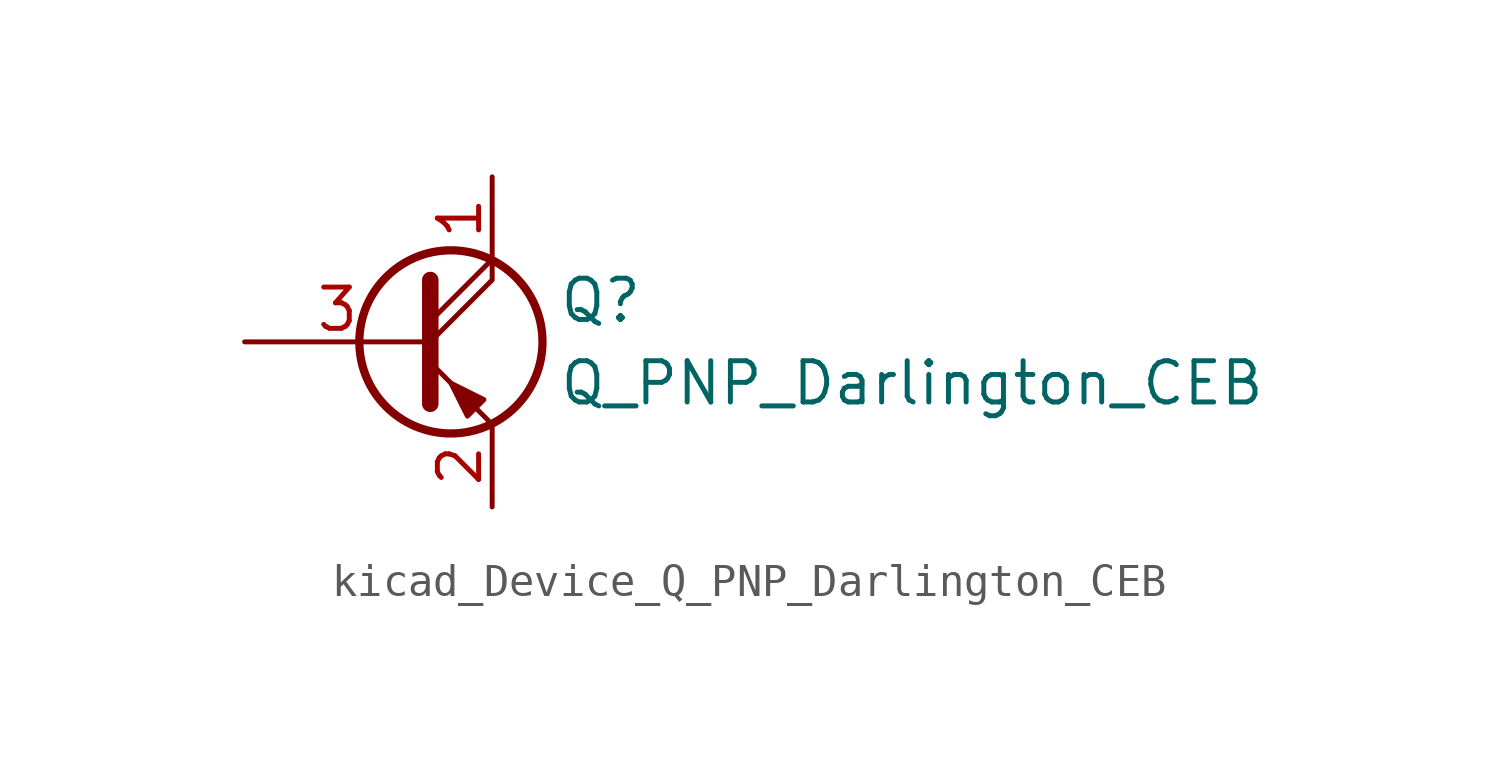
<source format=kicad_sym>
(kicad_symbol_lib
  (version 20220914)
  (generator kicad_symbol_editor)
  (symbol "kicad_Device_Q_PNP_Darlington_CEB"
    (pin_names
      (offset 0) hide)
    (property "Reference" "Q"
      (at 4.572 1.27 0)
      (effects (font (size 1.27 1.27)) (justify left)))
    (property "Value" "Q_PNP_Darlington_CEB"
      (at 4.572 -1.27 0)
      (effects (font (size 1.27 1.27)) (justify left)))
    (symbol "kicad_Device_Q_PNP_Darlington_CEB_0_1"
      (polyline (pts (xy 0.635 0.635) (xy 2.54 2.54)) (stroke (width 0) (type default)) (fill (type none)))
      (polyline (pts (xy 0.635 -0.635) (xy 2.54 -2.54) (xy 2.54 -2.54)) (stroke (width 0) (type default)) (fill (type none)))
      (polyline (pts (xy 0.635 0) (xy 2.54 1.905) (xy 2.54 2.54)) (stroke (width 0) (type default)) (fill (type none)))
      (polyline (pts (xy 0.635 1.905) (xy 0.635 -1.905) (xy 0.635 -1.905)) (stroke (width 0.508) (type default)) (fill (type none)))
      (polyline (pts (xy 2.286 -1.778) (xy 1.778 -2.286) (xy 1.27 -1.27) (xy 2.286 -1.778) (xy 2.286 -1.778)) (stroke (width 0) (type default)) (fill (type outline)))
      (circle (center 1.27 0) (radius 2.819) (stroke (width 0.254) (type default)) (fill (type none))))
    (symbol "kicad_Device_Q_PNP_Darlington_CEB_1_1"
      (pin passive line (at 2.54 5.08 270) (length 2.54) (name "C" (effects (font (size 1.27 1.27)))) (number "1" (effects (font (size 1.27 1.27)))))
      (pin passive line (at 2.54 -5.08 90) (length 2.54) (name "E" (effects (font (size 1.27 1.27)))) (number "2" (effects (font (size 1.27 1.27)))))
      (pin input line (at -5.08 0 0) (length 5.715) (name "B" (effects (font (size 1.27 1.27)))) (number "3" (effects (font (size 1.27 1.27))))))))
</source>
